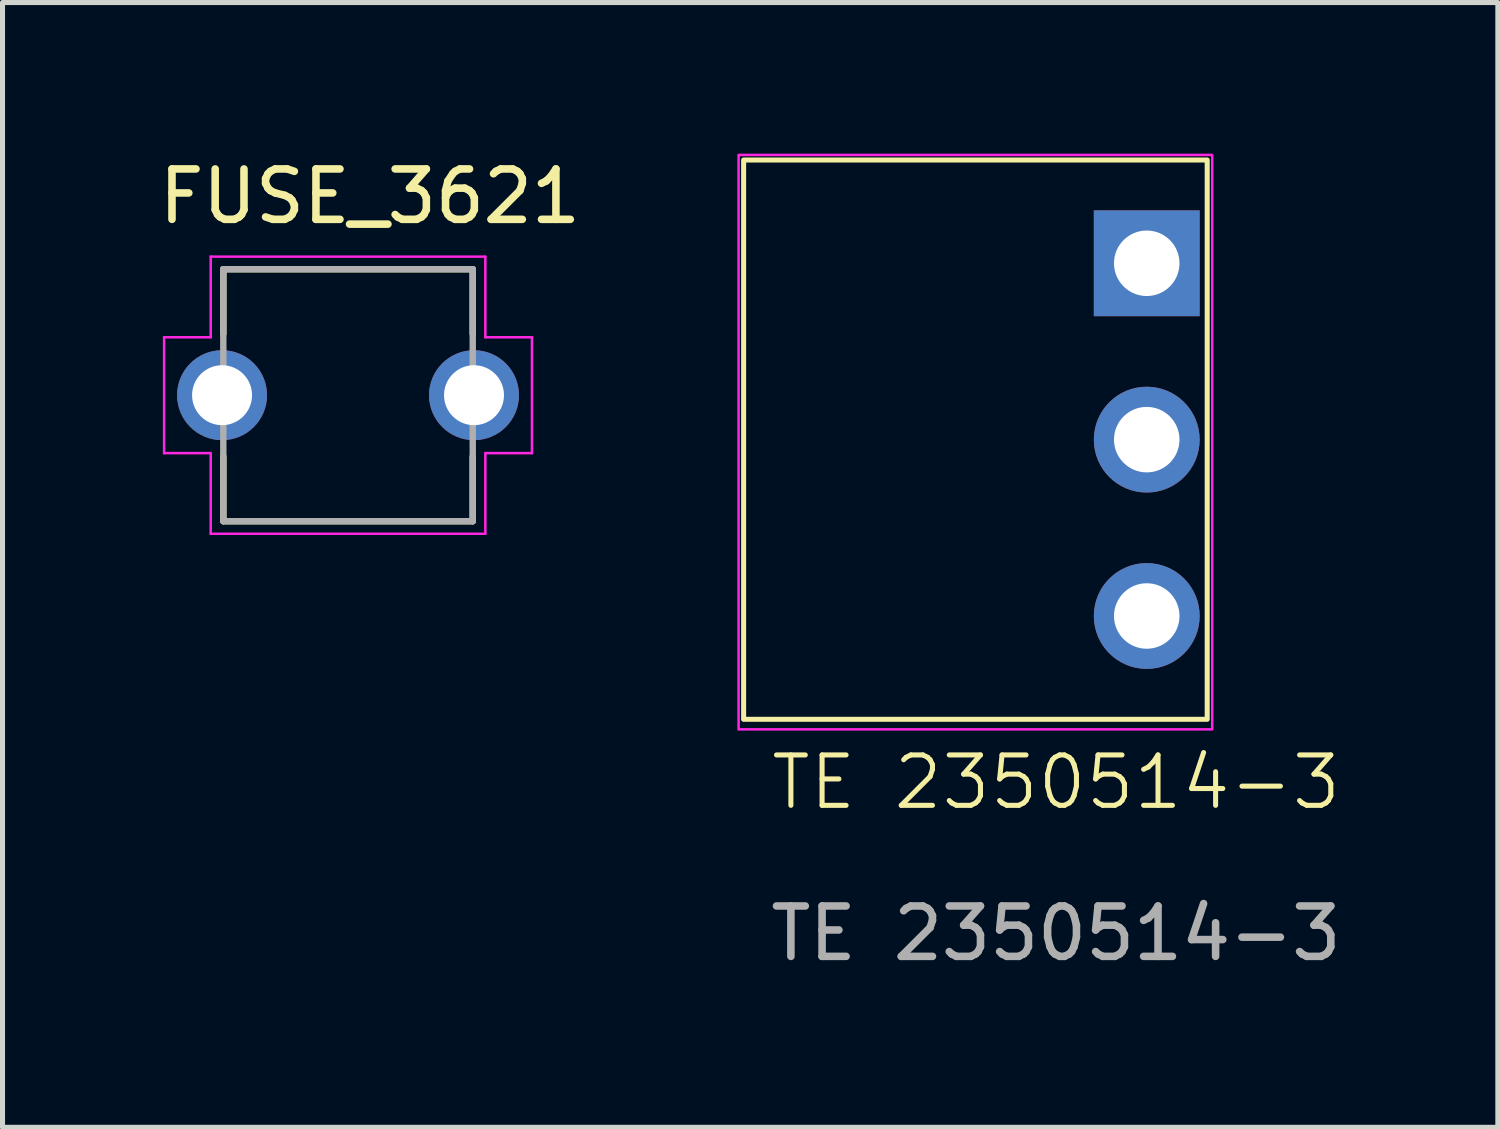
<source format=kicad_pcb>
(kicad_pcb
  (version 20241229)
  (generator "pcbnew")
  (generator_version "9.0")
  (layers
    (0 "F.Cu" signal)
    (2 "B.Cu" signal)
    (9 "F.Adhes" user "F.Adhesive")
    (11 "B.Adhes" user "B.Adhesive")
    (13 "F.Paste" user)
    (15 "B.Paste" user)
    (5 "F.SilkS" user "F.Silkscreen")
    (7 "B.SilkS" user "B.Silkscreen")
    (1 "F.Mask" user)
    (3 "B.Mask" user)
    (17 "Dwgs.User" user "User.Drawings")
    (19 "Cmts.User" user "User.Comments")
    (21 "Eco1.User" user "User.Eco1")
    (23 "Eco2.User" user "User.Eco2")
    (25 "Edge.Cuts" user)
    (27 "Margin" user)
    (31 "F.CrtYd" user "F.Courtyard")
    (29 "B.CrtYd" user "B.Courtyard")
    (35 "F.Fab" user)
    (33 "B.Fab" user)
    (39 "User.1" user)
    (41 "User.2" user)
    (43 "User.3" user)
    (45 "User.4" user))
  (footprint "TE 2350514-3"
    (layer "F.Cu")
    (at 19.508 5.675)
    (property "Reference" "TE 2350514-3" (at -1.6 6.8 0) (unlocked yes) (layer "F.SilkS") (effects (font (size 1 1) (thickness 0.1))))
    (attr through_hole)
    (fp_rect (start -7.8 -5.55) (end 1.4 5.55) (stroke (width 0.1) (type default)) (fill no) (layer "F.SilkS"))
    (fp_rect (start -7.9 -5.65) (end 1.5 5.75) (stroke (width 0.05) (type default)) (fill no) (layer "F.CrtYd"))
    (fp_text user "${REFERENCE}" (at -1.6 9.8 0) (unlocked yes) (layer "F.Fab") (effects (font (size 1 1) (thickness 0.15))))
    (pad "1" thru_hole rect (at 0.2 -3.5) (size 2.1 2.1) (drill 1.3) (layers "*.Cu" "*.Mask"))
    (pad "2" thru_hole circle (at 0.2 0) (size 2.1 2.1) (drill 1.3) (layers "*.Cu" "*.Mask"))
    (pad "3" thru_hole circle (at 0.2 3.5) (size 2.1 2.1) (drill 1.3) (layers "*.Cu" "*.Mask")))
  (footprint "FUSE_3621"
    (layer "F.Cu")
    (at 3.857 4.793)
    (property "Reference" "FUSE_3621" (at 0.435 -3.945 0) (layer "F.SilkS") (effects (font (size 1 1) (thickness 0.15))))
    (attr through_hole)
    (fp_line (start -2.475 -2.5) (end -2.475 -1.22) (stroke (width 0.127) (type solid)) (layer "F.SilkS"))
    (fp_line (start -2.475 -2.5) (end 2.475 -2.5) (stroke (width 0.127) (type solid)) (layer "F.SilkS"))
    (fp_line (start -2.475 1.22) (end -2.475 2.5) (stroke (width 0.127) (type solid)) (layer "F.SilkS"))
    (fp_line (start -2.475 2.5) (end 2.475 2.5) (stroke (width 0.127) (type solid)) (layer "F.SilkS"))
    (fp_line (start 2.475 -2.5) (end 2.475 -1.22) (stroke (width 0.127) (type solid)) (layer "F.SilkS"))
    (fp_line (start 2.475 1.22) (end 2.475 2.5) (stroke (width 0.127) (type solid)) (layer "F.SilkS"))
    (fp_line (start -3.65 -1.15) (end -2.725 -1.15) (stroke (width 0.05) (type solid)) (layer "F.CrtYd"))
    (fp_line (start -3.65 1.15) (end -3.65 -1.15) (stroke (width 0.05) (type solid)) (layer "F.CrtYd"))
    (fp_line (start -2.725 -2.75) (end 2.725 -2.75) (stroke (width 0.05) (type solid)) (layer "F.CrtYd"))
    (fp_line (start -2.725 -1.15) (end -2.725 -2.75) (stroke (width 0.05) (type solid)) (layer "F.CrtYd"))
    (fp_line (start -2.725 1.15) (end -3.65 1.15) (stroke (width 0.05) (type solid)) (layer "F.CrtYd"))
    (fp_line (start -2.725 2.75) (end -2.725 1.15) (stroke (width 0.05) (type solid)) (layer "F.CrtYd"))
    (fp_line (start 2.725 -2.75) (end 2.725 -1.15) (stroke (width 0.05) (type solid)) (layer "F.CrtYd"))
    (fp_line (start 2.725 -1.15) (end 3.65 -1.15) (stroke (width 0.05) (type solid)) (layer "F.CrtYd"))
    (fp_line (start 2.725 1.15) (end 2.725 2.75) (stroke (width 0.05) (type solid)) (layer "F.CrtYd"))
    (fp_line (start 2.725 2.75) (end -2.725 2.75) (stroke (width 0.05) (type solid)) (layer "F.CrtYd"))
    (fp_line (start 3.65 -1.15) (end 3.65 1.15) (stroke (width 0.05) (type solid)) (layer "F.CrtYd"))
    (fp_line (start 3.65 1.15) (end 2.725 1.15) (stroke (width 0.05) (type solid)) (layer "F.CrtYd"))
    (fp_line (start -2.475 -2.5) (end 2.475 -2.5) (stroke (width 0.127) (type solid)) (layer "F.Fab"))
    (fp_line (start -2.475 2.5) (end -2.475 -2.5) (stroke (width 0.127) (type solid)) (layer "F.Fab"))
    (fp_line (start 2.475 -2.5) (end 2.475 2.5) (stroke (width 0.127) (type solid)) (layer "F.Fab"))
    (fp_line (start 2.475 2.5) (end -2.475 2.5) (stroke (width 0.127) (type solid)) (layer "F.Fab"))
    (pad "1" thru_hole circle (at -2.5 0) (size 1.785 1.785) (drill 1.19) (layers "*.Cu" "*.Mask"))
    (pad "2" thru_hole circle (at 2.5 0) (size 1.785 1.785) (drill 1.19) (layers "*.Cu" "*.Mask")))
  (gr_rect
    (start -3 -3)
    (end 26.676 19.323)
    (stroke (width 0.1) (type default))
    (fill no)
    (layer "Edge.Cuts")))
</source>
